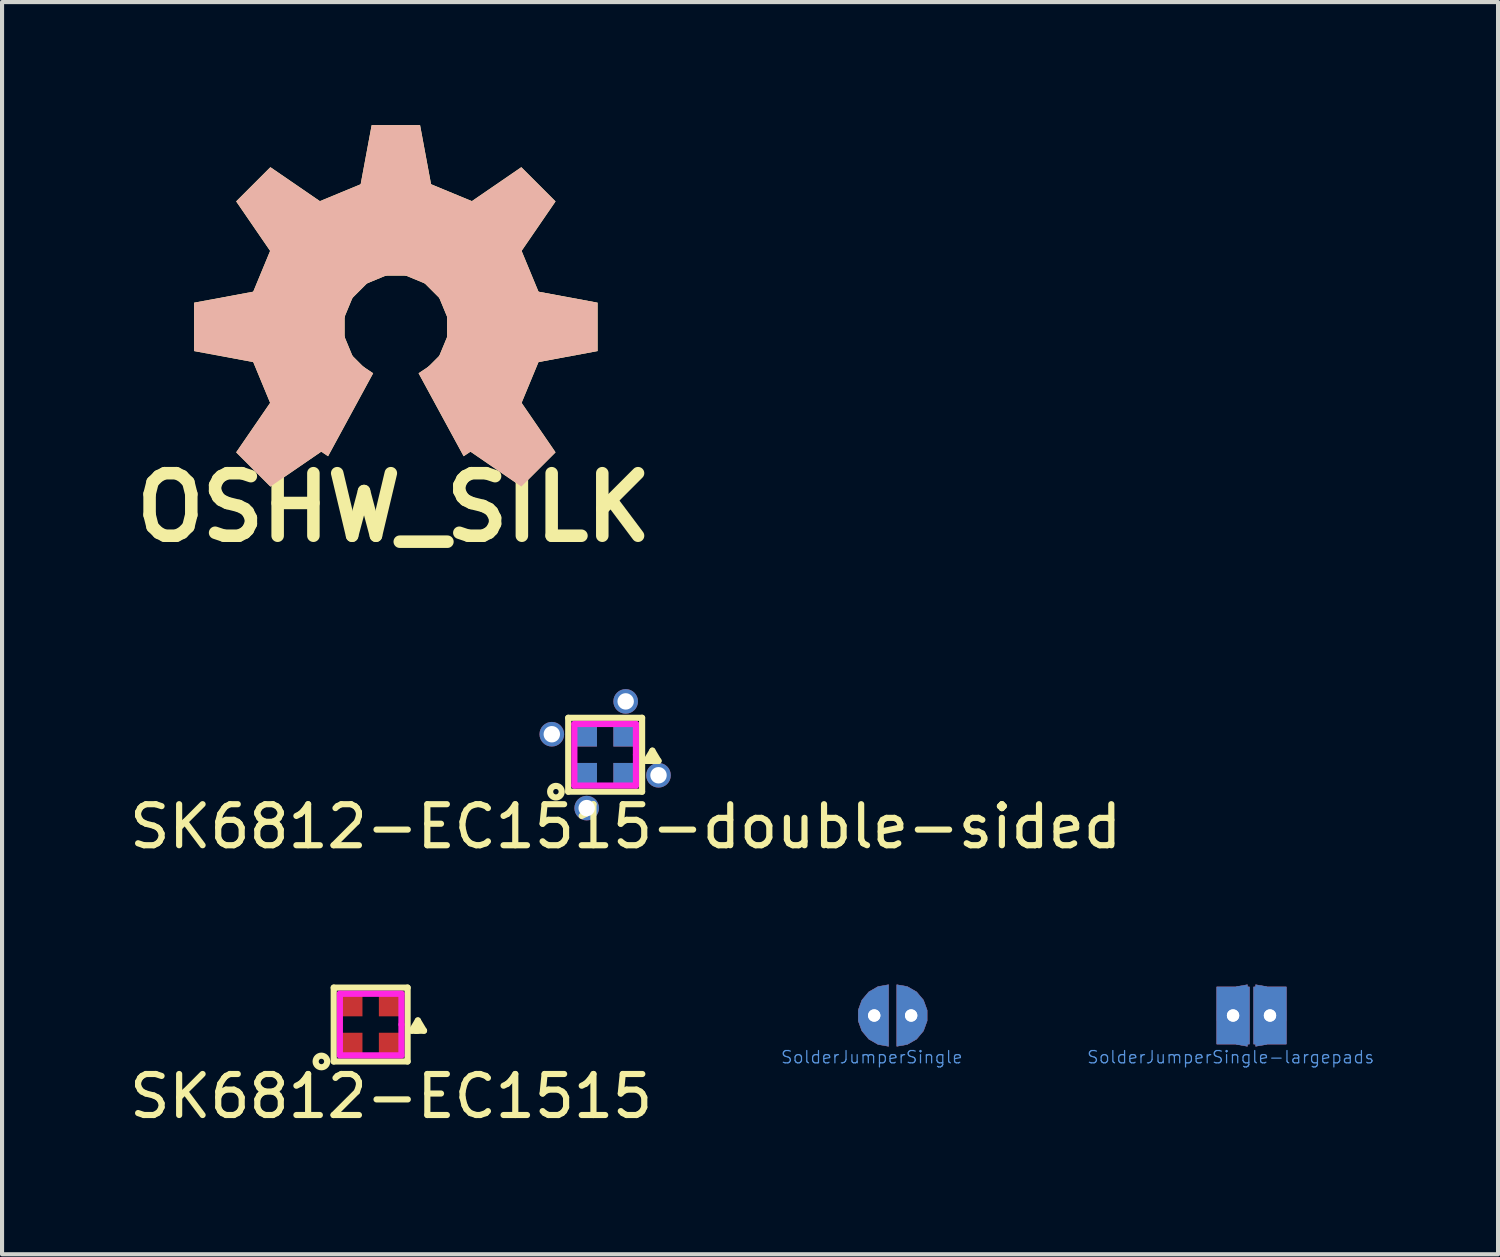
<source format=kicad_pcb>
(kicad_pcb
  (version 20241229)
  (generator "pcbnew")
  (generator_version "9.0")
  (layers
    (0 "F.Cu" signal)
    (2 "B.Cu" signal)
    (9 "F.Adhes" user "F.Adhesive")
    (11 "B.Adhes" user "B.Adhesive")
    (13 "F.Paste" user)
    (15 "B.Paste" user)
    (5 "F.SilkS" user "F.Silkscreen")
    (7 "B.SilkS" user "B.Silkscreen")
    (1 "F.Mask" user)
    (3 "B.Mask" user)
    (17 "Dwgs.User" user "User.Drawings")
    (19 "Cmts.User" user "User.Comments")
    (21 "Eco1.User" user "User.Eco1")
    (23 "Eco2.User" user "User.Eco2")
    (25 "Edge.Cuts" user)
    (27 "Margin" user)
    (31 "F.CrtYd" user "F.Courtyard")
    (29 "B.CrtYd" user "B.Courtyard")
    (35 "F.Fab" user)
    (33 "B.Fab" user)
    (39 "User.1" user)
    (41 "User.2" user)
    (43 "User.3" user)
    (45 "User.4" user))
  (footprint "SK6812-EC1515-double-sided"
    (layer "F.Cu")
    (at 11.696 15.341)
    (property "Reference" "SK6812-EC1515-double-sided" (at 0.5 1.75 0) (layer "F.SilkS") (effects (font (size 1 1) (thickness 0.15))))
    (attr through_hole)
    (fp_line (start -0.9 -0.9) (end -0.9 0.9) (stroke (width 0.15) (type solid)) (layer "F.SilkS"))
    (fp_line (start -0.9 0.9) (end 0.9 0.9) (stroke (width 0.15) (type solid)) (layer "F.SilkS"))
    (fp_line (start 0.9 -0.9) (end -0.9 -0.9) (stroke (width 0.15) (type solid)) (layer "F.SilkS"))
    (fp_line (start 0.9 0.9) (end 0.9 -0.9) (stroke (width 0.15) (type solid)) (layer "F.SilkS"))
    (fp_line (start 1 0.15) (end 1.15 -0.1) (stroke (width 0.15) (type solid)) (layer "F.SilkS"))
    (fp_line (start 1 0.15) (end 1.15 0.15) (stroke (width 0.15) (type solid)) (layer "F.SilkS"))
    (fp_line (start 1.1 0.15) (end 1.15 0.1) (stroke (width 0.15) (type solid)) (layer "F.SilkS"))
    (fp_line (start 1.15 -0.1) (end 1.3 0.15) (stroke (width 0.15) (type solid)) (layer "F.SilkS"))
    (fp_line (start 1.3 0.15) (end 1.1 0.15) (stroke (width 0.15) (type solid)) (layer "F.SilkS"))
    (fp_circle (center -1.2 0.9) (end -1.059 0.9) (stroke (width 0.15) (type solid)) (fill no) (layer "F.SilkS"))
    (fp_line (start -0.75 -0.75) (end -0.75 0.75) (stroke (width 0.15) (type solid)) (layer "F.CrtYd"))
    (fp_line (start -0.75 0.75) (end 0.75 0.75) (stroke (width 0.15) (type solid)) (layer "F.CrtYd"))
    (fp_line (start 0.75 -0.75) (end -0.75 -0.75) (stroke (width 0.15) (type solid)) (layer "F.CrtYd"))
    (fp_line (start 0.75 0) (end 0.75 -0.75) (stroke (width 0.15) (type solid)) (layer "F.CrtYd"))
    (fp_line (start 0.75 0.75) (end 0.75 0) (stroke (width 0.15) (type solid)) (layer "F.CrtYd"))
    (pad "1" smd rect (at 0.45 0.45) (size 0.5 0.5) (layers "F.Cu" "F.Mask" "F.Paste"))
    (pad "1" smd rect (at 0.45 0.45) (size 0.5 0.5) (layers "B.Cu" "B.Mask" "B.Paste"))
    (pad "1" thru_hole circle (at 1.3 0.5) (size 0.6 0.6) (drill 0.4) (layers "*.Cu"))
    (pad "2" smd rect (at -0.45 0.45) (size 0.5 0.5) (layers "B.Cu" "B.Mask" "B.Paste"))
    (pad "2" smd rect (at 0.45 -0.45) (size 0.5 0.5) (layers "F.Cu" "F.Mask" "F.Paste"))
    (pad "2" thru_hole circle (at 0.5 -1.3) (size 0.6 0.6) (drill 0.4) (layers "*.Cu"))
    (pad "3" thru_hole circle (at -1.3 -0.5) (size 0.6 0.6) (drill 0.4) (layers "*.Cu"))
    (pad "3" smd rect (at -0.45 -0.45) (size 0.5 0.5) (layers "F.Cu" "F.Mask" "F.Paste"))
    (pad "3" smd rect (at -0.45 -0.45) (size 0.5 0.5) (layers "B.Cu" "B.Mask" "B.Paste"))
    (pad "4" smd rect (at -0.45 0.45) (size 0.5 0.5) (layers "F.Cu" "F.Mask" "F.Paste"))
    (pad "4" thru_hole circle (at -0.45 1.3) (size 0.6 0.6) (drill 0.4) (layers "*.Cu"))
    (pad "4" smd rect (at 0.45 -0.45) (size 0.5 0.5) (layers "B.Cu" "B.Mask" "B.Paste")))
  (footprint "SK6812-EC1515"
    (layer "F.Cu")
    (at 5.982 21.915)
    (property "Reference" "SK6812-EC1515" (at 0.5 1.75 0) (layer "F.SilkS") (effects (font (size 1 1) (thickness 0.15))))
    (attr through_hole)
    (fp_line (start -0.9 -0.9) (end -0.9 0.9) (stroke (width 0.15) (type solid)) (layer "F.SilkS"))
    (fp_line (start -0.9 0.9) (end 0.9 0.9) (stroke (width 0.15) (type solid)) (layer "F.SilkS"))
    (fp_line (start 0.9 -0.9) (end -0.9 -0.9) (stroke (width 0.15) (type solid)) (layer "F.SilkS"))
    (fp_line (start 0.9 0.9) (end 0.9 -0.9) (stroke (width 0.15) (type solid)) (layer "F.SilkS"))
    (fp_line (start 1 0.15) (end 1.15 -0.1) (stroke (width 0.15) (type solid)) (layer "F.SilkS"))
    (fp_line (start 1 0.15) (end 1.15 0.15) (stroke (width 0.15) (type solid)) (layer "F.SilkS"))
    (fp_line (start 1.1 0.15) (end 1.15 0.1) (stroke (width 0.15) (type solid)) (layer "F.SilkS"))
    (fp_line (start 1.15 -0.1) (end 1.3 0.15) (stroke (width 0.15) (type solid)) (layer "F.SilkS"))
    (fp_line (start 1.3 0.15) (end 1.1 0.15) (stroke (width 0.15) (type solid)) (layer "F.SilkS"))
    (fp_circle (center -1.2 0.9) (end -1.059 0.9) (stroke (width 0.15) (type solid)) (fill no) (layer "F.SilkS"))
    (fp_line (start -0.75 -0.75) (end -0.75 0.75) (stroke (width 0.15) (type solid)) (layer "F.CrtYd"))
    (fp_line (start -0.75 0.75) (end 0.75 0.75) (stroke (width 0.15) (type solid)) (layer "F.CrtYd"))
    (fp_line (start 0.75 -0.75) (end -0.75 -0.75) (stroke (width 0.15) (type solid)) (layer "F.CrtYd"))
    (fp_line (start 0.75 0) (end 0.75 -0.75) (stroke (width 0.15) (type solid)) (layer "F.CrtYd"))
    (fp_line (start 0.75 0.75) (end 0.75 0) (stroke (width 0.15) (type solid)) (layer "F.CrtYd"))
    (pad "1" smd rect (at 0.45 0.45) (size 0.5 0.5) (layers "F.Cu" "F.Mask" "F.Paste"))
    (pad "2" smd rect (at 0.45 -0.45) (size 0.5 0.5) (layers "F.Cu" "F.Mask" "F.Paste"))
    (pad "3" smd rect (at -0.45 -0.45) (size 0.5 0.5) (layers "F.Cu" "F.Mask" "F.Paste"))
    (pad "4" smd rect (at -0.45 0.45) (size 0.5 0.5) (layers "F.Cu" "F.Mask" "F.Paste")))
  (footprint "SolderJumperSingle-largepads"
    (layer "F.Cu")
    (at 27.446 21.695)
    (property "Reference" "SolderJumperSingle-largepads" (at -0.508 1.016 0) (layer "Cmts.User") (effects (font (size 0.3 0.3) (thickness 0.03))))
    (attr through_hole)
    (fp_poly (pts (xy -0.1 -0.75) (xy -0.356 -0.705) (xy -0.582 -0.575) (xy -0.75 -0.375) (xy -0.839 -0.13) (xy -0.839 0.13) (xy -0.75 0.375) (xy -0.582 0.575) (xy -0.356 0.705) (xy -0.1 0.75) (xy -0.1 -0.75)) (stroke (width 0.01) (type solid)) (fill yes) (layer "F.Cu"))
    (fp_poly (pts (xy 0.1 0.75) (xy 0.356 0.705) (xy 0.582 0.575) (xy 0.75 0.375) (xy 0.839 0.13) (xy 0.839 -0.13) (xy 0.75 -0.375) (xy 0.582 -0.575) (xy 0.356 -0.705) (xy 0.1 -0.75) (xy 0.1 0.75)) (stroke (width 0.01) (type solid)) (fill yes) (layer "F.Cu"))
    (fp_poly (pts (xy -0.1 -0.75) (xy -0.356 -0.705) (xy -0.582 -0.575) (xy -0.75 -0.375) (xy -0.839 -0.13) (xy -0.839 0.13) (xy -0.75 0.375) (xy -0.582 0.575) (xy -0.356 0.705) (xy -0.1 0.75) (xy -0.1 -0.75)) (stroke (width 0.01) (type solid)) (fill yes) (layer "B.Cu"))
    (fp_poly (pts (xy 0.1 0.75) (xy 0.356 0.705) (xy 0.582 0.575) (xy 0.75 0.375) (xy 0.839 0.13) (xy 0.839 -0.13) (xy 0.75 -0.375) (xy 0.582 -0.575) (xy 0.356 -0.705) (xy 0.1 -0.75) (xy 0.1 0.75)) (stroke (width 0.01) (type solid)) (fill yes) (layer "B.Cu"))
    (pad "1" thru_hole rect (at -0.45 0) (size 0.8 1.4) (drill 0.3) (layers "*.Cu" "*.Mask"))
    (pad "1" thru_hole rect (at -0.45 0) (size 0.8 1.4) (drill 0.3) (layers "*.Cu" "*.Mask"))
    (pad "2" thru_hole rect (at 0.45 0) (size 0.8 1.4) (drill 0.3) (layers "*.Cu" "*.Mask"))
    (pad "2" thru_hole rect (at 0.45 0) (size 0.8 1.4) (drill 0.3) (layers "*.Cu" "*.Mask")))
  (footprint "OSHW_SILK"
    (layer "F.Cu")
    (at 6.596 4.915)
    (property "Reference" "OSHW_SILK" (at -0.05 4.4 0) (layer "F.SilkS") (effects (font (size 1.524 1.524) (thickness 0.305))))
    (attr through_hole)
    (pad "" smd trapezoid (at -4.166 0 270) (size 1.458 1.499) (rect_delta 0 -0.279) (layers "*.SilkS"))
    (pad "" smd trapezoid (at -2.944 -2.944 225) (size 1.458 1.499) (rect_delta 0 -0.279) (layers "*.SilkS"))
    (pad "" smd trapezoid (at -2.944 2.944 315) (size 1.458 1.499) (rect_delta 0 -0.279) (layers "*.SilkS"))
    (pad "" smd trapezoid (at -2.395 0 270) (size 1.082 2.291) (rect_delta 0 0.414) (layers "*.SilkS"))
    (pad "" smd trapezoid (at -2.212 -0.914 247.5) (size 1.082 2.291) (rect_delta 0 0.414) (layers "*.SilkS"))
    (pad "" smd trapezoid (at -2.212 0.914 292.5) (size 1.082 2.291) (rect_delta 0 0.414) (layers "*.SilkS"))
    (pad "" smd trapezoid (at -1.692 -1.692 225) (size 1.082 2.291) (rect_delta 0 0.414) (layers "*.SilkS"))
    (pad "" smd trapezoid (at -1.692 1.692 315) (size 1.082 2.291) (rect_delta 0 0.414) (layers "*.SilkS"))
    (pad "" smd trapezoid (at -1.328 1.991 326.3) (size 0.541 2.291) (rect_delta 0 0.208) (layers "*.SilkS"))
    (pad "" smd trapezoid (at -0.914 -2.212 202.5) (size 1.082 2.291) (rect_delta 0 0.414) (layers "*.SilkS"))
    (pad "" smd trapezoid (at 0 -4.166 180) (size 1.458 1.499) (rect_delta 0 -0.279) (layers "*.SilkS"))
    (pad "" smd trapezoid (at 0 -2.395 180) (size 1.082 2.291) (rect_delta 0 0.414) (layers "*.SilkS"))
    (pad "" smd trapezoid (at 0.914 -2.212 157.5) (size 1.082 2.291) (rect_delta 0 0.414) (layers "*.SilkS"))
    (pad "" smd trapezoid (at 1.328 1.991 33.7) (size 0.541 2.291) (rect_delta 0 0.208) (layers "*.SilkS"))
    (pad "" smd trapezoid (at 1.692 -1.692 135) (size 1.082 2.291) (rect_delta 0 0.414) (layers "*.SilkS"))
    (pad "" smd trapezoid (at 1.692 1.692 45) (size 1.082 2.291) (rect_delta 0 0.414) (layers "*.SilkS"))
    (pad "" smd trapezoid (at 2.212 -0.914 112.5) (size 1.082 2.291) (rect_delta 0 0.414) (layers "*.SilkS"))
    (pad "" smd trapezoid (at 2.212 0.914 67.5) (size 1.082 2.291) (rect_delta 0 0.414) (layers "*.SilkS"))
    (pad "" smd trapezoid (at 2.395 0 90) (size 1.082 2.291) (rect_delta 0 0.414) (layers "*.SilkS"))
    (pad "" smd trapezoid (at 2.944 -2.944 135) (size 1.458 1.499) (rect_delta 0 -0.279) (layers "*.SilkS"))
    (pad "" smd trapezoid (at 2.944 2.944 45) (size 1.458 1.499) (rect_delta 0 -0.279) (layers "*.SilkS"))
    (pad "" smd trapezoid (at 4.166 0 90) (size 1.458 1.499) (rect_delta 0 -0.279) (layers "*.SilkS")))
  (footprint "SolderJumperSingle"
    (layer "F.Cu")
    (at 18.702 21.695)
    (property "Reference" "SolderJumperSingle" (at -0.508 1.016 0) (layer "Cmts.User") (effects (font (size 0.3 0.3) (thickness 0.03))))
    (attr through_hole)
    (fp_poly (pts (xy -0.1 -0.75) (xy -0.356 -0.705) (xy -0.582 -0.575) (xy -0.75 -0.375) (xy -0.839 -0.13) (xy -0.839 0.13) (xy -0.75 0.375) (xy -0.582 0.575) (xy -0.356 0.705) (xy -0.1 0.75) (xy -0.1 -0.75)) (stroke (width 0.01) (type solid)) (fill yes) (layer "F.Cu"))
    (fp_poly (pts (xy 0.1 0.75) (xy 0.356 0.705) (xy 0.582 0.575) (xy 0.75 0.375) (xy 0.839 0.13) (xy 0.839 -0.13) (xy 0.75 -0.375) (xy 0.582 -0.575) (xy 0.356 -0.705) (xy 0.1 -0.75) (xy 0.1 0.75)) (stroke (width 0.01) (type solid)) (fill yes) (layer "F.Cu"))
    (fp_poly (pts (xy -0.1 -0.75) (xy -0.356 -0.705) (xy -0.582 -0.575) (xy -0.75 -0.375) (xy -0.839 -0.13) (xy -0.839 0.13) (xy -0.75 0.375) (xy -0.582 0.575) (xy -0.356 0.705) (xy -0.1 0.75) (xy -0.1 -0.75)) (stroke (width 0.01) (type solid)) (fill yes) (layer "B.Cu"))
    (fp_poly (pts (xy 0.1 0.75) (xy 0.356 0.705) (xy 0.582 0.575) (xy 0.75 0.375) (xy 0.839 0.13) (xy 0.839 -0.13) (xy 0.75 -0.375) (xy 0.582 -0.575) (xy 0.356 -0.705) (xy 0.1 -0.75) (xy 0.1 0.75)) (stroke (width 0.01) (type solid)) (fill yes) (layer "B.Cu"))
    (pad "1" thru_hole circle (at -0.45 0) (size 0.4 0.4) (drill 0.3) (layers "*.Cu" "*.Mask"))
    (pad "1" thru_hole circle (at -0.45 0) (size 0.4 0.4) (drill 0.3) (layers "*.Cu" "*.Mask"))
    (pad "2" thru_hole circle (at 0.45 0) (size 0.4 0.4) (drill 0.3) (layers "*.Cu" "*.Mask"))
    (pad "2" thru_hole circle (at 0.45 0) (size 0.4 0.4) (drill 0.3) (layers "*.Cu" "*.Mask")))
  (gr_rect
    (start -3 -3)
    (end 33.453 27.513)
    (stroke (width 0.1) (type default))
    (fill no)
    (layer "Edge.Cuts")))
</source>
